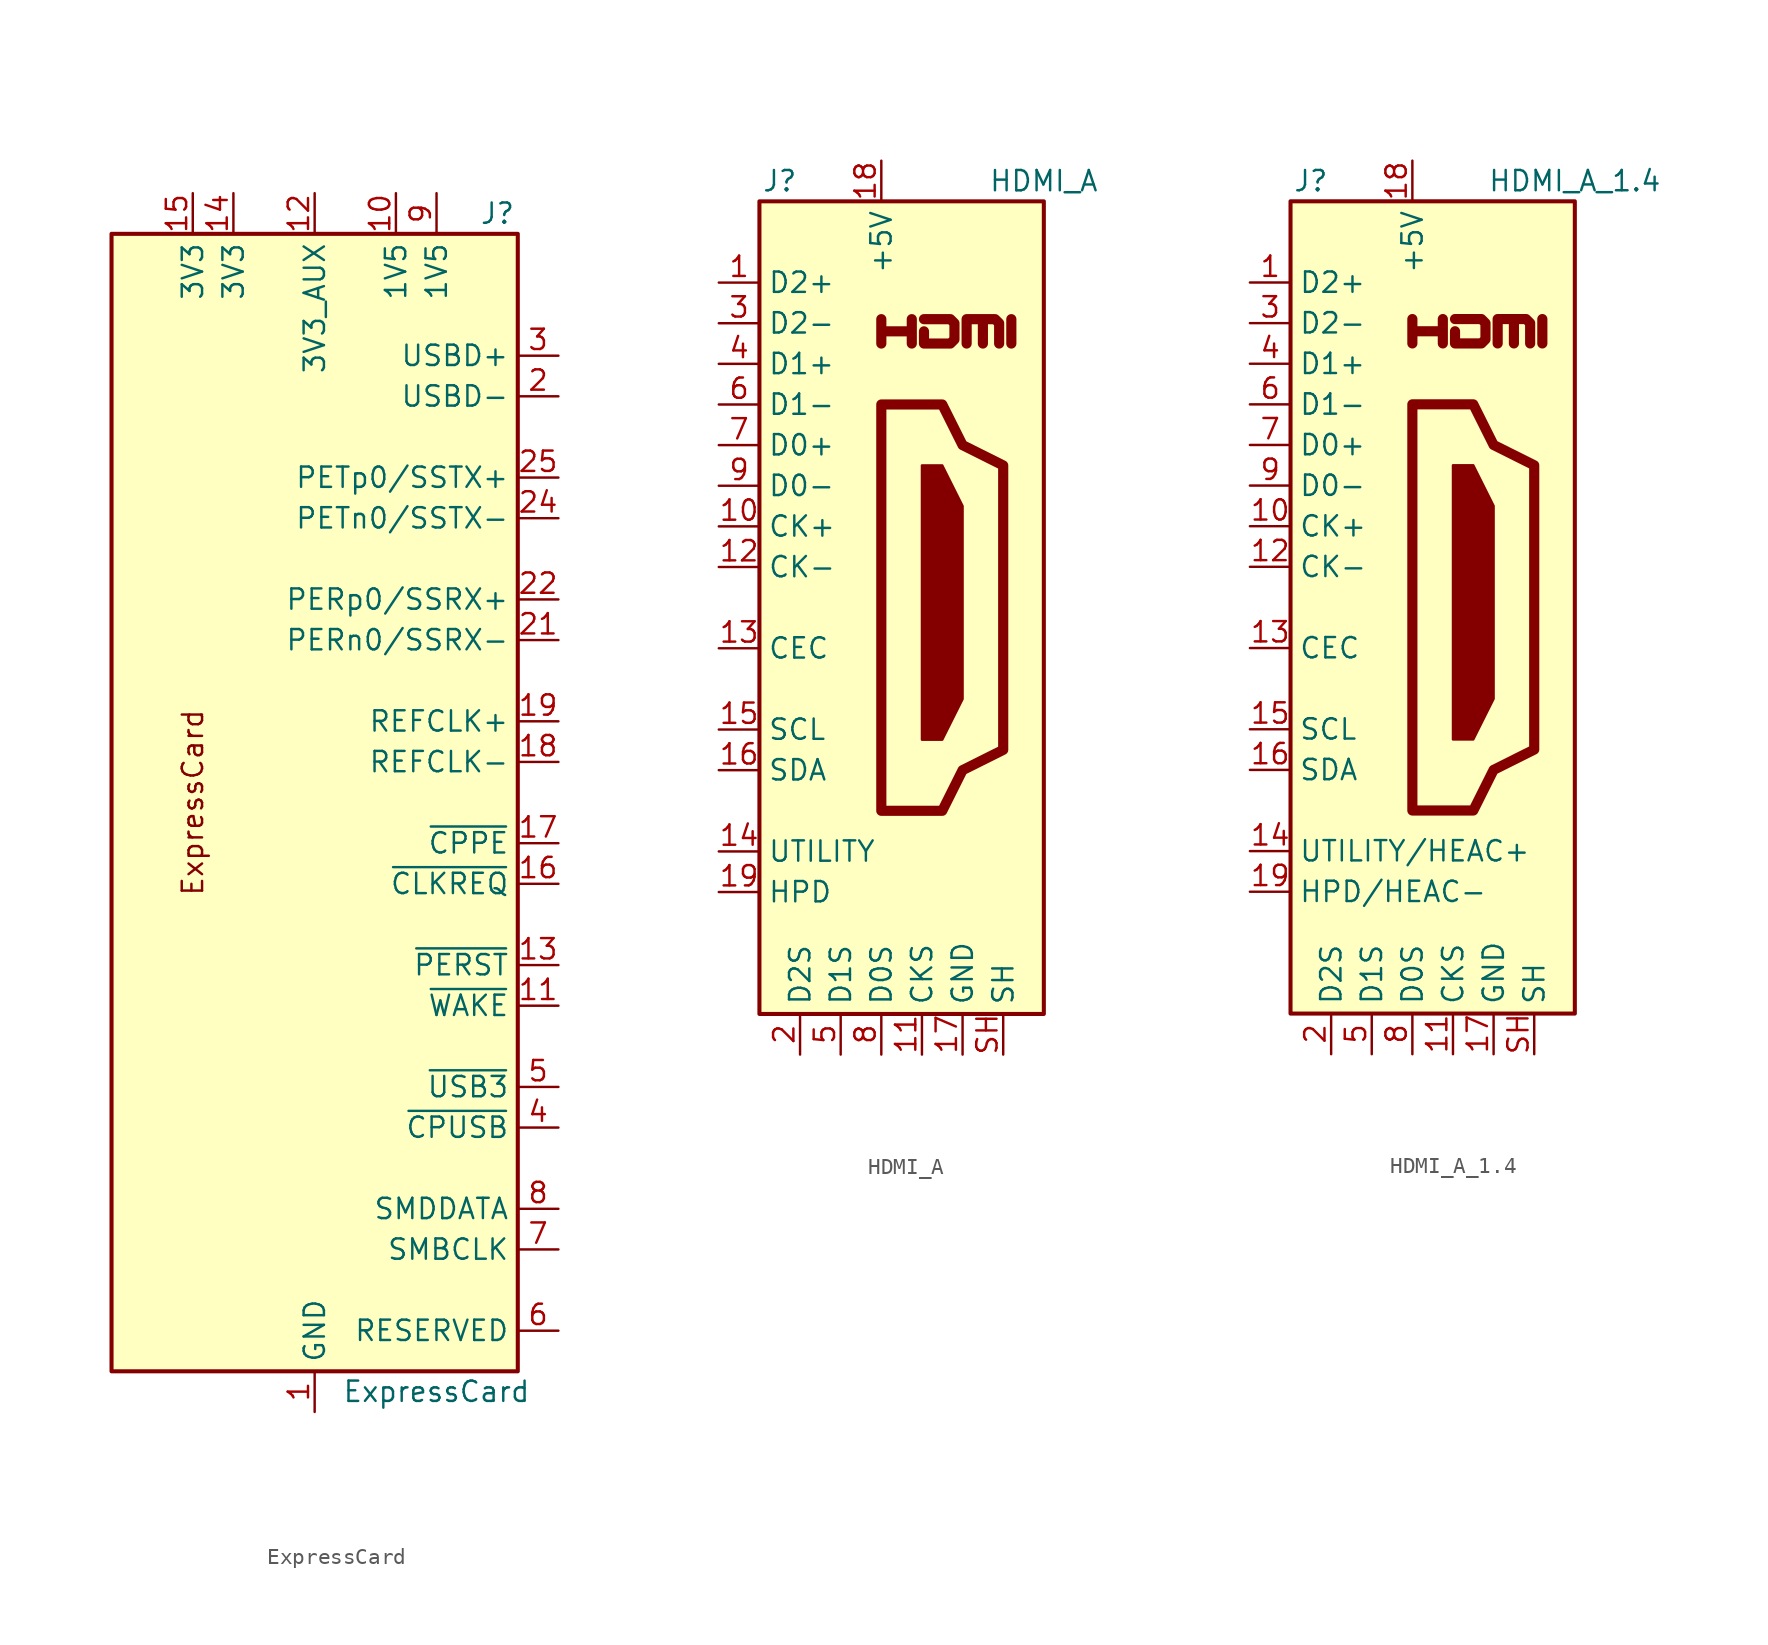
<source format=kicad_sym>
(kicad_symbol_lib
  (version 20201005)
  (generator kicad_symbol_editor)
  (symbol "Connector:ExpressCard"
    (property "Reference" "J"
      (at 11.43 36.83 0)
      (effects (font (size 1.27 1.27))))
    (property "Value" "ExpressCard"
      (at 7.62 -36.83 0)
      (effects (font (size 1.27 1.27))))
    (symbol "ExpressCard_0_0"
      (text "ExpressCard" (at -7.62 0 900) (effects (font (size 1.27 1.27)))))
    (symbol "ExpressCard_0_1"
      (rectangle (start -12.7 35.56) (end 12.7 -35.56) (stroke (width 0.254)) (fill (type background))))
    (symbol "ExpressCard_1_1"
      (pin power_out line (at 0 -38.1 90) (length 2.54) (name "GND" (effects (font (size 1.27 1.27)))) (number "1" (effects (font (size 1.27 1.27)))))
      (pin power_out line (at 5.08 38.1 270) (length 2.54) (name "1V5" (effects (font (size 1.27 1.27)))) (number "10" (effects (font (size 1.27 1.27)))))
      (pin input line (at 15.24 -12.7 180) (length 2.54) (name "~WAKE" (effects (font (size 1.27 1.27)))) (number "11" (effects (font (size 1.27 1.27)))))
      (pin power_out line (at 0 38.1 270) (length 2.54) (name "3V3_AUX" (effects (font (size 1.27 1.27)))) (number "12" (effects (font (size 1.27 1.27)))))
      (pin output line (at 15.24 -10.16 180) (length 2.54) (name "~PERST" (effects (font (size 1.27 1.27)))) (number "13" (effects (font (size 1.27 1.27)))))
      (pin power_out line (at -5.08 38.1 270) (length 2.54) (name "3V3" (effects (font (size 1.27 1.27)))) (number "14" (effects (font (size 1.27 1.27)))))
      (pin power_out line (at -7.62 38.1 270) (length 2.54) (name "3V3" (effects (font (size 1.27 1.27)))) (number "15" (effects (font (size 1.27 1.27)))))
      (pin input line (at 15.24 -5.08 180) (length 2.54) (name "~CLKREQ" (effects (font (size 1.27 1.27)))) (number "16" (effects (font (size 1.27 1.27)))))
      (pin input line (at 15.24 -2.54 180) (length 2.54) (name "~CPPE" (effects (font (size 1.27 1.27)))) (number "17" (effects (font (size 1.27 1.27)))))
      (pin output line (at 15.24 2.54 180) (length 2.54) (name "REFCLK-" (effects (font (size 1.27 1.27)))) (number "18" (effects (font (size 1.27 1.27)))))
      (pin output line (at 15.24 5.08 180) (length 2.54) (name "REFCLK+" (effects (font (size 1.27 1.27)))) (number "19" (effects (font (size 1.27 1.27)))))
      (pin bidirectional line (at 15.24 25.4 180) (length 2.54) (name "USBD-" (effects (font (size 1.27 1.27)))) (number "2" (effects (font (size 1.27 1.27)))))
      (pin passive line (at 0 -38.1 90) (length 2.54) hide (name "GND" (effects (font (size 1.27 1.27)))) (number "20" (effects (font (size 1.27 1.27)))))
      (pin input line (at 15.24 10.16 180) (length 2.54) (name "PERn0/SSRX-" (effects (font (size 1.27 1.27)))) (number "21" (effects (font (size 1.27 1.27)))))
      (pin input line (at 15.24 12.7 180) (length 2.54) (name "PERp0/SSRX+" (effects (font (size 1.27 1.27)))) (number "22" (effects (font (size 1.27 1.27)))))
      (pin passive line (at 0 -38.1 90) (length 2.54) hide (name "GND" (effects (font (size 1.27 1.27)))) (number "23" (effects (font (size 1.27 1.27)))))
      (pin output line (at 15.24 17.78 180) (length 2.54) (name "PETn0/SSTX-" (effects (font (size 1.27 1.27)))) (number "24" (effects (font (size 1.27 1.27)))))
      (pin output line (at 15.24 20.32 180) (length 2.54) (name "PETp0/SSTX+" (effects (font (size 1.27 1.27)))) (number "25" (effects (font (size 1.27 1.27)))))
      (pin passive line (at 0 -38.1 90) (length 2.54) hide (name "GND" (effects (font (size 1.27 1.27)))) (number "26" (effects (font (size 1.27 1.27)))))
      (pin bidirectional line (at 15.24 27.94 180) (length 2.54) (name "USBD+" (effects (font (size 1.27 1.27)))) (number "3" (effects (font (size 1.27 1.27)))))
      (pin input line (at 15.24 -20.32 180) (length 2.54) (name "~CPUSB" (effects (font (size 1.27 1.27)))) (number "4" (effects (font (size 1.27 1.27)))))
      (pin bidirectional line (at 15.24 -17.78 180) (length 2.54) (name "~USB3" (effects (font (size 1.27 1.27)))) (number "5" (effects (font (size 1.27 1.27)))))
      (pin passive line (at 15.24 -33.02 180) (length 2.54) (name "RESERVED" (effects (font (size 1.27 1.27)))) (number "6" (effects (font (size 1.27 1.27)))))
      (pin output line (at 15.24 -27.94 180) (length 2.54) (name "SMBCLK" (effects (font (size 1.27 1.27)))) (number "7" (effects (font (size 1.27 1.27)))))
      (pin bidirectional line (at 15.24 -25.4 180) (length 2.54) (name "SMDDATA" (effects (font (size 1.27 1.27)))) (number "8" (effects (font (size 1.27 1.27)))))
      (pin power_out line (at 7.62 38.1 270) (length 2.54) (name "1V5" (effects (font (size 1.27 1.27)))) (number "9" (effects (font (size 1.27 1.27)))))))
  (symbol "Connector:HDMI_A"
    (property "Reference" "J"
      (at -6.35 26.67 0)
      (effects (font (size 1.27 1.27))))
    (property "Value" "HDMI_A"
      (at 10.16 26.67 0)
      (effects (font (size 1.27 1.27))))
    (symbol "HDMI_A_0_0"
      (polyline (pts (xy 8.128 16.51) (xy 8.128 18.034)) (stroke (width 0.635)) (fill (type none)))
      (polyline (pts (xy 0 16.51) (xy 0 18.034) (xy 0 17.272) (xy 1.905 17.272) (xy 1.905 18.034) (xy 1.905 16.51)) (stroke (width 0.635)) (fill (type none)))
      (polyline (pts (xy 2.667 18.034) (xy 4.318 18.034) (xy 4.572 17.78) (xy 4.572 16.764) (xy 4.318 16.51) (xy 2.667 16.51) (xy 2.667 17.272)) (stroke (width 0.635)) (fill (type none))))
    (symbol "HDMI_A_0_1"
      (rectangle (start -7.62 25.4) (end 10.16 -25.4) (stroke (width 0.254)) (fill (type background)))
      (polyline (pts (xy 2.54 8.89) (xy 3.81 8.89) (xy 5.08 6.35) (xy 5.08 -5.715) (xy 3.81 -8.255) (xy 2.54 -8.255) (xy 2.54 8.89)) (stroke (width 0)) (fill (type outline)))
      (polyline (pts (xy 5.334 16.51) (xy 5.334 18.034) (xy 6.35 18.034) (xy 6.35 16.51) (xy 6.35 18.034) (xy 7.112 18.034) (xy 7.366 17.78) (xy 7.366 16.51)) (stroke (width 0.635)) (fill (type none)))
      (polyline (pts (xy 0 12.7) (xy 0 -12.7) (xy 3.81 -12.7) (xy 5.08 -10.16) (xy 7.62 -8.89) (xy 7.62 8.89) (xy 5.08 10.16) (xy 3.81 12.7) (xy 0 12.7)) (stroke (width 0.635)) (fill (type none))))
    (symbol "HDMI_A_1_1"
      (pin passive line (at -10.16 20.32 0) (length 2.54) (name "D2+" (effects (font (size 1.27 1.27)))) (number "1" (effects (font (size 1.27 1.27)))))
      (pin passive line (at -10.16 5.08 0) (length 2.54) (name "CK+" (effects (font (size 1.27 1.27)))) (number "10" (effects (font (size 1.27 1.27)))))
      (pin power_in line (at 2.54 -27.94 90) (length 2.54) (name "CKS" (effects (font (size 1.27 1.27)))) (number "11" (effects (font (size 1.27 1.27)))))
      (pin passive line (at -10.16 2.54 0) (length 2.54) (name "CK-" (effects (font (size 1.27 1.27)))) (number "12" (effects (font (size 1.27 1.27)))))
      (pin bidirectional line (at -10.16 -2.54 0) (length 2.54) (name "CEC" (effects (font (size 1.27 1.27)))) (number "13" (effects (font (size 1.27 1.27)))))
      (pin passive line (at -10.16 -15.24 0) (length 2.54) (name "UTILITY" (effects (font (size 1.27 1.27)))) (number "14" (effects (font (size 1.27 1.27)))))
      (pin passive line (at -10.16 -7.62 0) (length 2.54) (name "SCL" (effects (font (size 1.27 1.27)))) (number "15" (effects (font (size 1.27 1.27)))))
      (pin bidirectional line (at -10.16 -10.16 0) (length 2.54) (name "SDA" (effects (font (size 1.27 1.27)))) (number "16" (effects (font (size 1.27 1.27)))))
      (pin power_in line (at 5.08 -27.94 90) (length 2.54) (name "GND" (effects (font (size 1.27 1.27)))) (number "17" (effects (font (size 1.27 1.27)))))
      (pin power_in line (at 0 27.94 270) (length 2.54) (name "+5V" (effects (font (size 1.27 1.27)))) (number "18" (effects (font (size 1.27 1.27)))))
      (pin passive line (at -10.16 -17.78 0) (length 2.54) (name "HPD" (effects (font (size 1.27 1.27)))) (number "19" (effects (font (size 1.27 1.27)))))
      (pin power_in line (at -5.08 -27.94 90) (length 2.54) (name "D2S" (effects (font (size 1.27 1.27)))) (number "2" (effects (font (size 1.27 1.27)))))
      (pin passive line (at -10.16 17.78 0) (length 2.54) (name "D2-" (effects (font (size 1.27 1.27)))) (number "3" (effects (font (size 1.27 1.27)))))
      (pin passive line (at -10.16 15.24 0) (length 2.54) (name "D1+" (effects (font (size 1.27 1.27)))) (number "4" (effects (font (size 1.27 1.27)))))
      (pin power_in line (at -2.54 -27.94 90) (length 2.54) (name "D1S" (effects (font (size 1.27 1.27)))) (number "5" (effects (font (size 1.27 1.27)))))
      (pin passive line (at -10.16 12.7 0) (length 2.54) (name "D1-" (effects (font (size 1.27 1.27)))) (number "6" (effects (font (size 1.27 1.27)))))
      (pin passive line (at -10.16 10.16 0) (length 2.54) (name "D0+" (effects (font (size 1.27 1.27)))) (number "7" (effects (font (size 1.27 1.27)))))
      (pin power_in line (at 0 -27.94 90) (length 2.54) (name "D0S" (effects (font (size 1.27 1.27)))) (number "8" (effects (font (size 1.27 1.27)))))
      (pin passive line (at -10.16 7.62 0) (length 2.54) (name "D0-" (effects (font (size 1.27 1.27)))) (number "9" (effects (font (size 1.27 1.27)))))
      (pin passive line (at 7.62 -27.94 90) (length 2.54) (name "SH" (effects (font (size 1.27 1.27)))) (number "SH" (effects (font (size 1.27 1.27)))))))
  (symbol "Connector:HDMI_A_1.4"
    (property "Reference" "J"
      (at -6.35 26.67 0)
      (effects (font (size 1.27 1.27))))
    (property "Value" "HDMI_A_1.4"
      (at 10.16 26.67 0)
      (effects (font (size 1.27 1.27))))
    (symbol "HDMI_A_1.4_0_0"
      (polyline (pts (xy 8.128 16.51) (xy 8.128 18.034)) (stroke (width 0.635)) (fill (type none)))
      (polyline (pts (xy 0 16.51) (xy 0 18.034) (xy 0 17.272) (xy 1.905 17.272) (xy 1.905 18.034) (xy 1.905 16.51)) (stroke (width 0.635)) (fill (type none)))
      (polyline (pts (xy 2.667 18.034) (xy 4.318 18.034) (xy 4.572 17.78) (xy 4.572 16.764) (xy 4.318 16.51) (xy 2.667 16.51) (xy 2.667 17.272)) (stroke (width 0.635)) (fill (type none))))
    (symbol "HDMI_A_1.4_0_1"
      (rectangle (start -7.62 25.4) (end 10.16 -25.4) (stroke (width 0.254)) (fill (type background)))
      (polyline (pts (xy 2.54 8.89) (xy 3.81 8.89) (xy 5.08 6.35) (xy 5.08 -5.715) (xy 3.81 -8.255) (xy 2.54 -8.255) (xy 2.54 8.89)) (stroke (width 0)) (fill (type outline)))
      (polyline (pts (xy 5.334 16.51) (xy 5.334 18.034) (xy 6.35 18.034) (xy 6.35 16.51) (xy 6.35 18.034) (xy 7.112 18.034) (xy 7.366 17.78) (xy 7.366 16.51)) (stroke (width 0.635)) (fill (type none)))
      (polyline (pts (xy 0 12.7) (xy 0 -12.7) (xy 3.81 -12.7) (xy 5.08 -10.16) (xy 7.62 -8.89) (xy 7.62 8.89) (xy 5.08 10.16) (xy 3.81 12.7) (xy 0 12.7)) (stroke (width 0.635)) (fill (type none))))
    (symbol "HDMI_A_1.4_1_1"
      (pin passive line (at -10.16 20.32 0) (length 2.54) (name "D2+" (effects (font (size 1.27 1.27)))) (number "1" (effects (font (size 1.27 1.27)))))
      (pin passive line (at -10.16 5.08 0) (length 2.54) (name "CK+" (effects (font (size 1.27 1.27)))) (number "10" (effects (font (size 1.27 1.27)))))
      (pin power_in line (at 2.54 -27.94 90) (length 2.54) (name "CKS" (effects (font (size 1.27 1.27)))) (number "11" (effects (font (size 1.27 1.27)))))
      (pin passive line (at -10.16 2.54 0) (length 2.54) (name "CK-" (effects (font (size 1.27 1.27)))) (number "12" (effects (font (size 1.27 1.27)))))
      (pin bidirectional line (at -10.16 -2.54 0) (length 2.54) (name "CEC" (effects (font (size 1.27 1.27)))) (number "13" (effects (font (size 1.27 1.27)))))
      (pin passive line (at -10.16 -15.24 0) (length 2.54) (name "UTILITY/HEAC+" (effects (font (size 1.27 1.27)))) (number "14" (effects (font (size 1.27 1.27)))))
      (pin passive line (at -10.16 -7.62 0) (length 2.54) (name "SCL" (effects (font (size 1.27 1.27)))) (number "15" (effects (font (size 1.27 1.27)))))
      (pin bidirectional line (at -10.16 -10.16 0) (length 2.54) (name "SDA" (effects (font (size 1.27 1.27)))) (number "16" (effects (font (size 1.27 1.27)))))
      (pin power_in line (at 5.08 -27.94 90) (length 2.54) (name "GND" (effects (font (size 1.27 1.27)))) (number "17" (effects (font (size 1.27 1.27)))))
      (pin power_in line (at 0 27.94 270) (length 2.54) (name "+5V" (effects (font (size 1.27 1.27)))) (number "18" (effects (font (size 1.27 1.27)))))
      (pin passive line (at -10.16 -17.78 0) (length 2.54) (name "HPD/HEAC-" (effects (font (size 1.27 1.27)))) (number "19" (effects (font (size 1.27 1.27)))))
      (pin power_in line (at -5.08 -27.94 90) (length 2.54) (name "D2S" (effects (font (size 1.27 1.27)))) (number "2" (effects (font (size 1.27 1.27)))))
      (pin passive line (at -10.16 17.78 0) (length 2.54) (name "D2-" (effects (font (size 1.27 1.27)))) (number "3" (effects (font (size 1.27 1.27)))))
      (pin passive line (at -10.16 15.24 0) (length 2.54) (name "D1+" (effects (font (size 1.27 1.27)))) (number "4" (effects (font (size 1.27 1.27)))))
      (pin power_in line (at -2.54 -27.94 90) (length 2.54) (name "D1S" (effects (font (size 1.27 1.27)))) (number "5" (effects (font (size 1.27 1.27)))))
      (pin passive line (at -10.16 12.7 0) (length 2.54) (name "D1-" (effects (font (size 1.27 1.27)))) (number "6" (effects (font (size 1.27 1.27)))))
      (pin passive line (at -10.16 10.16 0) (length 2.54) (name "D0+" (effects (font (size 1.27 1.27)))) (number "7" (effects (font (size 1.27 1.27)))))
      (pin power_in line (at 0 -27.94 90) (length 2.54) (name "D0S" (effects (font (size 1.27 1.27)))) (number "8" (effects (font (size 1.27 1.27)))))
      (pin passive line (at -10.16 7.62 0) (length 2.54) (name "D0-" (effects (font (size 1.27 1.27)))) (number "9" (effects (font (size 1.27 1.27)))))
      (pin passive line (at 7.62 -27.94 90) (length 2.54) (name "SH" (effects (font (size 1.27 1.27)))) (number "SH" (effects (font (size 1.27 1.27))))))))
</source>
